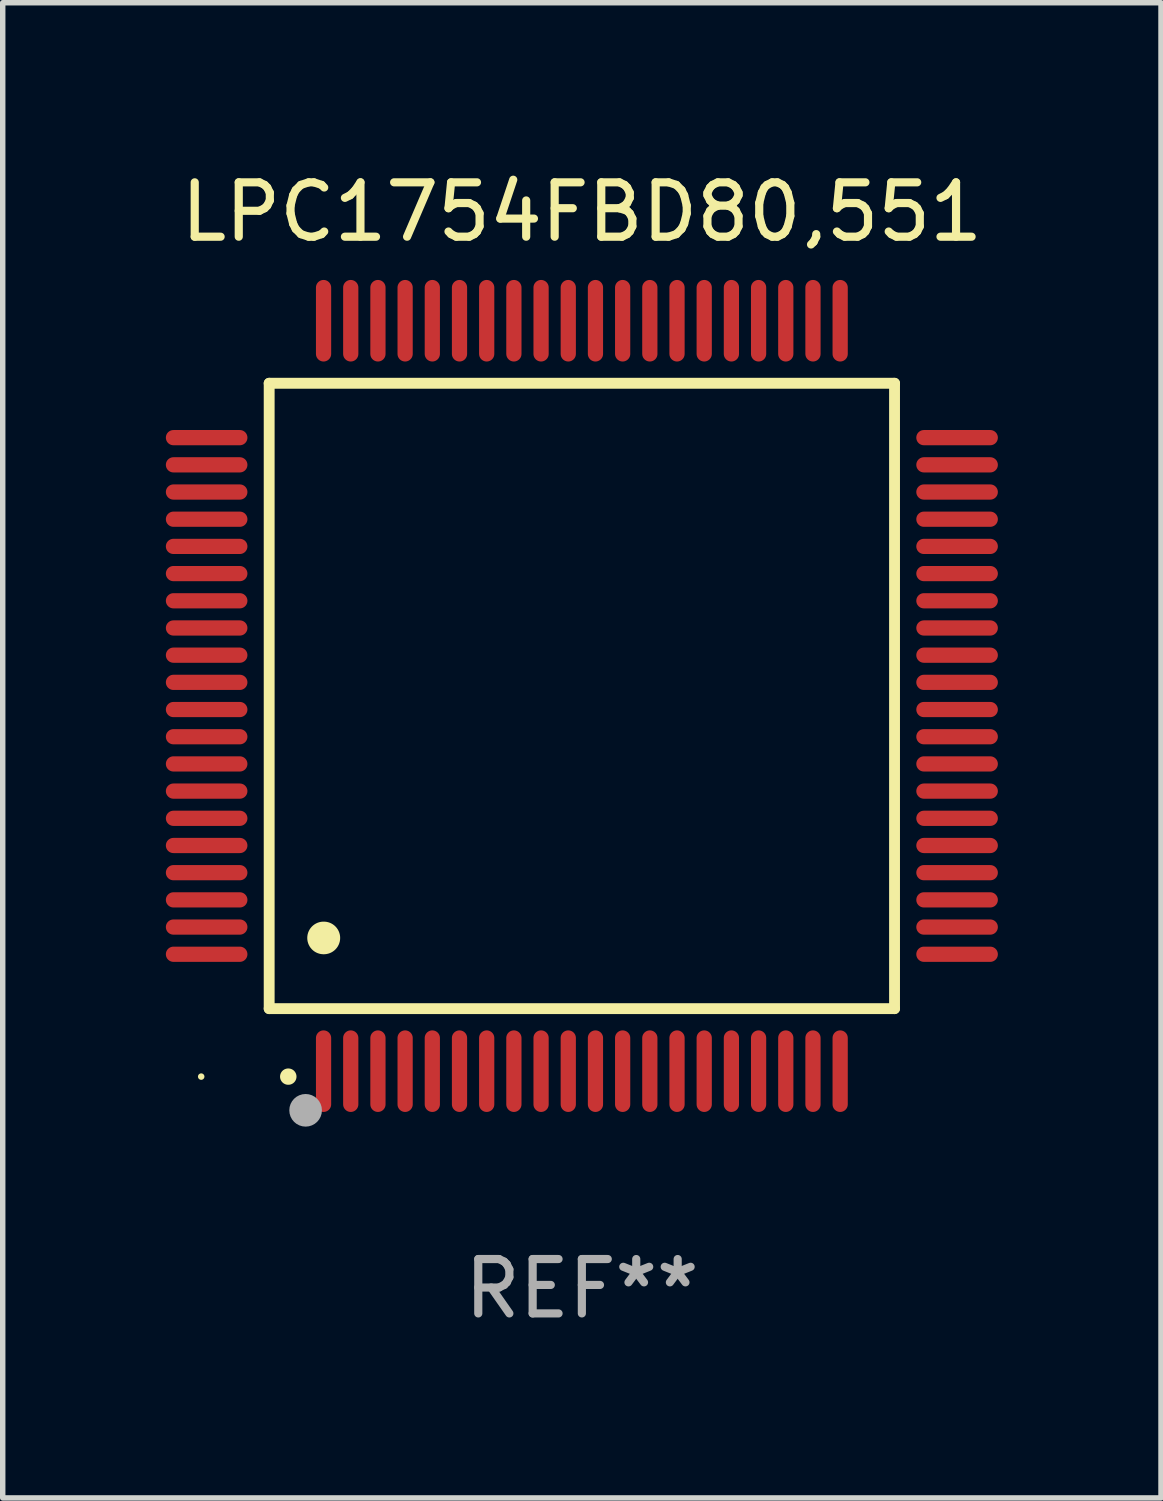
<source format=kicad_pcb>
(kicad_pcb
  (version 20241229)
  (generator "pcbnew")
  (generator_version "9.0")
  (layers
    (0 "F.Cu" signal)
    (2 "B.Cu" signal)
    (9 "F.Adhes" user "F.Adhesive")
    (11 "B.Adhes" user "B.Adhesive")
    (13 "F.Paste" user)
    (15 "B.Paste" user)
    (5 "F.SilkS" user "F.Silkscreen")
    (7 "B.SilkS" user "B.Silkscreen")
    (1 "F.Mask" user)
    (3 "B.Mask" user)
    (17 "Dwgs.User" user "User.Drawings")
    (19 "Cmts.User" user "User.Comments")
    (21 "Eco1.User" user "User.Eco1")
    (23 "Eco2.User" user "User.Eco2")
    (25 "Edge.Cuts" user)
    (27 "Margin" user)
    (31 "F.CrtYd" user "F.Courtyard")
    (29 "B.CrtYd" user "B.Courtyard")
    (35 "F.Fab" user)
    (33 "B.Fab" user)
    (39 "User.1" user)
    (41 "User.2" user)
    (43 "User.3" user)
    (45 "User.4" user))
  (footprint "LPC1754FBD80,551"
    (layer "F.Cu")
    (at 7.65 9.748)
    (property "Reference" "LPC1754FBD80,551" (at 0 -8.9 0) (layer "F.SilkS") (effects (font (size 1 1) (thickness 0.15))))
    (attr through_hole)
    (fp_line (start -5.75 -5.75) (end 5.75 -5.75) (stroke (width 0.2) (type solid)) (layer "F.SilkS"))
    (fp_line (start -5.75 5.75) (end -5.75 -5.75) (stroke (width 0.2) (type solid)) (layer "F.SilkS"))
    (fp_line (start 5.75 -5.75) (end 5.75 5.75) (stroke (width 0.2) (type solid)) (layer "F.SilkS"))
    (fp_line (start 5.75 5.75) (end -5.75 5.75) (stroke (width 0.2) (type solid)) (layer "F.SilkS"))
    (fp_arc (start -5.400051 7.000254) (mid -5.398781 7.000249) (end -5.397511 7.000254) (stroke (width 0.3) (type solid)) (layer "F.SilkS"))
    (fp_arc (start -4.749809 4.450089) (mid -4.747269 4.450078) (end -4.744729 4.450089) (stroke (width 0.6) (type solid)) (layer "F.SilkS"))
    (fp_circle (center -7 7) (end -6.97 7) (stroke (width 0.06) (type solid)) (fill no) (layer "F.SilkS"))
    (fp_circle (center -5.08 7.62) (end -4.93 7.62) (stroke (width 0.3) (type solid)) (fill no) (layer "F.Fab"))
    (fp_text user "REF**" (at 0 10.9 0) (layer "F.Fab") (effects (font (size 1 1) (thickness 0.15))))
    (pad "1" smd oval (at -4.75 6.9 180) (size 0.28 1.5) (layers "F.Cu" "F.Mask" "F.Paste"))
    (pad "2" smd oval (at -4.25 6.9 180) (size 0.28 1.5) (layers "F.Cu" "F.Mask" "F.Paste"))
    (pad "3" smd oval (at -3.75 6.9 180) (size 0.28 1.5) (layers "F.Cu" "F.Mask" "F.Paste"))
    (pad "4" smd oval (at -3.25 6.9 180) (size 0.28 1.5) (layers "F.Cu" "F.Mask" "F.Paste"))
    (pad "5" smd oval (at -2.75 6.9 180) (size 0.28 1.5) (layers "F.Cu" "F.Mask" "F.Paste"))
    (pad "6" smd oval (at -2.25 6.9 180) (size 0.28 1.5) (layers "F.Cu" "F.Mask" "F.Paste"))
    (pad "7" smd oval (at -1.75 6.9 180) (size 0.28 1.5) (layers "F.Cu" "F.Mask" "F.Paste"))
    (pad "8" smd oval (at -1.25 6.9 180) (size 0.28 1.5) (layers "F.Cu" "F.Mask" "F.Paste"))
    (pad "9" smd oval (at -0.75 6.9 180) (size 0.28 1.5) (layers "F.Cu" "F.Mask" "F.Paste"))
    (pad "10" smd oval (at -0.25 6.9 180) (size 0.28 1.5) (layers "F.Cu" "F.Mask" "F.Paste"))
    (pad "11" smd oval (at 0.25 6.9 180) (size 0.28 1.5) (layers "F.Cu" "F.Mask" "F.Paste"))
    (pad "12" smd oval (at 0.75 6.9 180) (size 0.28 1.5) (layers "F.Cu" "F.Mask" "F.Paste"))
    (pad "13" smd oval (at 1.25 6.9 180) (size 0.28 1.5) (layers "F.Cu" "F.Mask" "F.Paste"))
    (pad "14" smd oval (at 1.75 6.9 180) (size 0.28 1.5) (layers "F.Cu" "F.Mask" "F.Paste"))
    (pad "15" smd oval (at 2.25 6.9 180) (size 0.28 1.5) (layers "F.Cu" "F.Mask" "F.Paste"))
    (pad "16" smd oval (at 2.75 6.9 180) (size 0.28 1.5) (layers "F.Cu" "F.Mask" "F.Paste"))
    (pad "17" smd oval (at 3.25 6.9 180) (size 0.28 1.5) (layers "F.Cu" "F.Mask" "F.Paste"))
    (pad "18" smd oval (at 3.75 6.9 180) (size 0.28 1.5) (layers "F.Cu" "F.Mask" "F.Paste"))
    (pad "19" smd oval (at 4.25 6.9 180) (size 0.28 1.5) (layers "F.Cu" "F.Mask" "F.Paste"))
    (pad "20" smd oval (at 4.75 6.9) (size 0.28 1.5) (layers "F.Cu" "F.Mask" "F.Paste"))
    (pad "21" smd oval (at 6.9 4.75 270) (size 0.28 1.5) (layers "F.Cu" "F.Mask" "F.Paste"))
    (pad "22" smd oval (at 6.9 4.25 90) (size 0.28 1.5) (layers "F.Cu" "F.Mask" "F.Paste"))
    (pad "23" smd oval (at 6.9 3.75 90) (size 0.28 1.5) (layers "F.Cu" "F.Mask" "F.Paste"))
    (pad "24" smd oval (at 6.9 3.25 90) (size 0.28 1.5) (layers "F.Cu" "F.Mask" "F.Paste"))
    (pad "25" smd oval (at 6.9 2.75 90) (size 0.28 1.5) (layers "F.Cu" "F.Mask" "F.Paste"))
    (pad "26" smd oval (at 6.9 2.25 90) (size 0.28 1.5) (layers "F.Cu" "F.Mask" "F.Paste"))
    (pad "27" smd oval (at 6.9 1.75 90) (size 0.28 1.5) (layers "F.Cu" "F.Mask" "F.Paste"))
    (pad "28" smd oval (at 6.9 1.25 90) (size 0.28 1.5) (layers "F.Cu" "F.Mask" "F.Paste"))
    (pad "29" smd oval (at 6.9 0.75 90) (size 0.28 1.5) (layers "F.Cu" "F.Mask" "F.Paste"))
    (pad "30" smd oval (at 6.9 0.25 90) (size 0.28 1.5) (layers "F.Cu" "F.Mask" "F.Paste"))
    (pad "31" smd oval (at 6.9 -0.25 90) (size 0.28 1.5) (layers "F.Cu" "F.Mask" "F.Paste"))
    (pad "32" smd oval (at 6.9 -0.75 90) (size 0.28 1.5) (layers "F.Cu" "F.Mask" "F.Paste"))
    (pad "33" smd oval (at 6.9 -1.25 90) (size 0.28 1.5) (layers "F.Cu" "F.Mask" "F.Paste"))
    (pad "34" smd oval (at 6.9 -1.75 90) (size 0.28 1.5) (layers "F.Cu" "F.Mask" "F.Paste"))
    (pad "35" smd oval (at 6.9 -2.25 90) (size 0.28 1.5) (layers "F.Cu" "F.Mask" "F.Paste"))
    (pad "36" smd oval (at 6.9 -2.75 90) (size 0.28 1.5) (layers "F.Cu" "F.Mask" "F.Paste"))
    (pad "37" smd oval (at 6.9 -3.25 90) (size 0.28 1.5) (layers "F.Cu" "F.Mask" "F.Paste"))
    (pad "38" smd oval (at 6.9 -3.75 90) (size 0.28 1.5) (layers "F.Cu" "F.Mask" "F.Paste"))
    (pad "39" smd oval (at 6.9 -4.25 90) (size 0.28 1.5) (layers "F.Cu" "F.Mask" "F.Paste"))
    (pad "40" smd oval (at 6.9 -4.75 90) (size 0.28 1.5) (layers "F.Cu" "F.Mask" "F.Paste"))
    (pad "41" smd oval (at 4.75 -6.9) (size 0.28 1.5) (layers "F.Cu" "F.Mask" "F.Paste"))
    (pad "42" smd oval (at 4.25 -6.9 180) (size 0.28 1.5) (layers "F.Cu" "F.Mask" "F.Paste"))
    (pad "43" smd oval (at 3.75 -6.9 180) (size 0.28 1.5) (layers "F.Cu" "F.Mask" "F.Paste"))
    (pad "44" smd oval (at 3.25 -6.9 180) (size 0.28 1.5) (layers "F.Cu" "F.Mask" "F.Paste"))
    (pad "45" smd oval (at 2.75 -6.9 180) (size 0.28 1.5) (layers "F.Cu" "F.Mask" "F.Paste"))
    (pad "46" smd oval (at 2.25 -6.9 180) (size 0.28 1.5) (layers "F.Cu" "F.Mask" "F.Paste"))
    (pad "47" smd oval (at 1.75 -6.9 180) (size 0.28 1.5) (layers "F.Cu" "F.Mask" "F.Paste"))
    (pad "48" smd oval (at 1.25 -6.9 180) (size 0.28 1.5) (layers "F.Cu" "F.Mask" "F.Paste"))
    (pad "49" smd oval (at 0.75 -6.9 180) (size 0.28 1.5) (layers "F.Cu" "F.Mask" "F.Paste"))
    (pad "50" smd oval (at 0.25 -6.9 180) (size 0.28 1.5) (layers "F.Cu" "F.Mask" "F.Paste"))
    (pad "51" smd oval (at -0.25 -6.9 180) (size 0.28 1.5) (layers "F.Cu" "F.Mask" "F.Paste"))
    (pad "52" smd oval (at -0.75 -6.9 180) (size 0.28 1.5) (layers "F.Cu" "F.Mask" "F.Paste"))
    (pad "53" smd oval (at -1.25 -6.9 180) (size 0.28 1.5) (layers "F.Cu" "F.Mask" "F.Paste"))
    (pad "54" smd oval (at -1.75 -6.9 180) (size 0.28 1.5) (layers "F.Cu" "F.Mask" "F.Paste"))
    (pad "55" smd oval (at -2.25 -6.9 180) (size 0.28 1.5) (layers "F.Cu" "F.Mask" "F.Paste"))
    (pad "56" smd oval (at -2.75 -6.9 180) (size 0.28 1.5) (layers "F.Cu" "F.Mask" "F.Paste"))
    (pad "57" smd oval (at -3.25 -6.9 180) (size 0.28 1.5) (layers "F.Cu" "F.Mask" "F.Paste"))
    (pad "58" smd oval (at -3.75 -6.9 180) (size 0.28 1.5) (layers "F.Cu" "F.Mask" "F.Paste"))
    (pad "59" smd oval (at -4.25 -6.9 180) (size 0.28 1.5) (layers "F.Cu" "F.Mask" "F.Paste"))
    (pad "60" smd oval (at -4.75 -6.9 180) (size 0.28 1.5) (layers "F.Cu" "F.Mask" "F.Paste"))
    (pad "61" smd oval (at -6.9 -4.75 90) (size 0.28 1.5) (layers "F.Cu" "F.Mask" "F.Paste"))
    (pad "62" smd oval (at -6.9 -4.25 90) (size 0.28 1.5) (layers "F.Cu" "F.Mask" "F.Paste"))
    (pad "63" smd oval (at -6.9 -3.75 90) (size 0.28 1.5) (layers "F.Cu" "F.Mask" "F.Paste"))
    (pad "64" smd oval (at -6.9 -3.25 90) (size 0.28 1.5) (layers "F.Cu" "F.Mask" "F.Paste"))
    (pad "65" smd oval (at -6.9 -2.75 90) (size 0.28 1.5) (layers "F.Cu" "F.Mask" "F.Paste"))
    (pad "66" smd oval (at -6.9 -2.25 90) (size 0.28 1.5) (layers "F.Cu" "F.Mask" "F.Paste"))
    (pad "67" smd oval (at -6.9 -1.75 90) (size 0.28 1.5) (layers "F.Cu" "F.Mask" "F.Paste"))
    (pad "68" smd oval (at -6.9 -1.25 90) (size 0.28 1.5) (layers "F.Cu" "F.Mask" "F.Paste"))
    (pad "69" smd oval (at -6.9 -0.75 90) (size 0.28 1.5) (layers "F.Cu" "F.Mask" "F.Paste"))
    (pad "70" smd oval (at -6.9 -0.25 90) (size 0.28 1.5) (layers "F.Cu" "F.Mask" "F.Paste"))
    (pad "71" smd oval (at -6.9 0.25 90) (size 0.28 1.5) (layers "F.Cu" "F.Mask" "F.Paste"))
    (pad "72" smd oval (at -6.9 0.75 90) (size 0.28 1.5) (layers "F.Cu" "F.Mask" "F.Paste"))
    (pad "73" smd oval (at -6.9 1.25 90) (size 0.28 1.5) (layers "F.Cu" "F.Mask" "F.Paste"))
    (pad "74" smd oval (at -6.9 1.75 90) (size 0.28 1.5) (layers "F.Cu" "F.Mask" "F.Paste"))
    (pad "75" smd oval (at -6.9 2.25 90) (size 0.28 1.5) (layers "F.Cu" "F.Mask" "F.Paste"))
    (pad "76" smd oval (at -6.9 2.75 90) (size 0.28 1.5) (layers "F.Cu" "F.Mask" "F.Paste"))
    (pad "77" smd oval (at -6.9 3.25 90) (size 0.28 1.5) (layers "F.Cu" "F.Mask" "F.Paste"))
    (pad "78" smd oval (at -6.9 3.75 90) (size 0.28 1.5) (layers "F.Cu" "F.Mask" "F.Paste"))
    (pad "79" smd oval (at -6.9 4.25 90) (size 0.28 1.5) (layers "F.Cu" "F.Mask" "F.Paste"))
    (pad "80" smd oval (at -6.9 4.75 270) (size 0.28 1.5) (layers "F.Cu" "F.Mask" "F.Paste")))
  (gr_rect
    (start -3 -3)
    (end 18.3 24.496)
    (stroke (width 0.1) (type default))
    (fill no)
    (layer "Edge.Cuts")))
</source>
